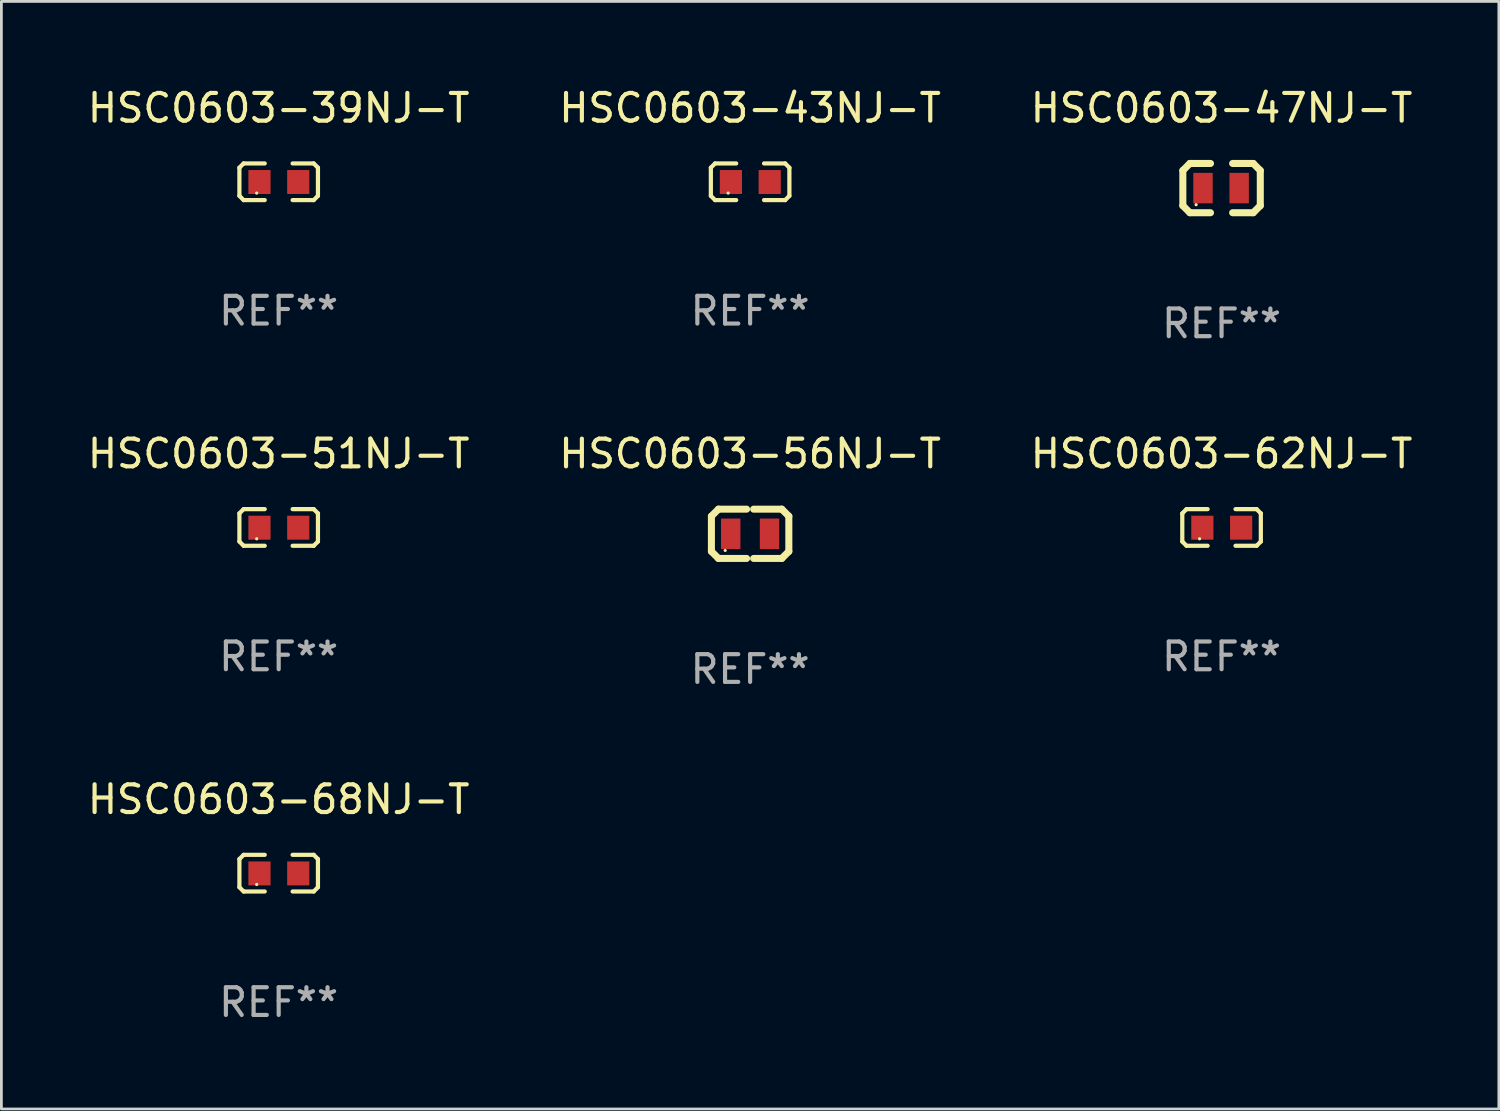
<source format=kicad_pcb>
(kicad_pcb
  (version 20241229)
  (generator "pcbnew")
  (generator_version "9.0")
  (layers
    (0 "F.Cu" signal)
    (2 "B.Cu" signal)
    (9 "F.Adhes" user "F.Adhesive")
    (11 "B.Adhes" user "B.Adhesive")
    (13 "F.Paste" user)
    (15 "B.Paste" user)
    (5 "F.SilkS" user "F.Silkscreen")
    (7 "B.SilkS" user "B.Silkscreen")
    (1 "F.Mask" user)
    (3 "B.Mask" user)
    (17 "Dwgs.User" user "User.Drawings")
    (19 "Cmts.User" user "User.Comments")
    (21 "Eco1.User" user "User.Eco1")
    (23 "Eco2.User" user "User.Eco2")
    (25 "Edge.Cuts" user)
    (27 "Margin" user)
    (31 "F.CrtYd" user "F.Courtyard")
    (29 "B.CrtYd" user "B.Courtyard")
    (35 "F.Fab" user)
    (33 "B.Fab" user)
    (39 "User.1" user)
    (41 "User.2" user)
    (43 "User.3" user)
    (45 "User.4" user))
  (footprint "HSC0603-43NJ-T"
    (layer "F.Cu")
    (at 24.018 3.509)
    (property "Reference" "HSC0603-43NJ-T" (at 0 -2.661 0) (layer "F.SilkS") (effects (font (size 1 1) (thickness 0.15))))
    (attr through_hole)
    (fp_line (start -1.417 -0.508) (end -1.265 -0.661) (stroke (width 0.152) (type solid)) (layer "F.SilkS"))
    (fp_line (start -1.417 0.508) (end -1.417 -0.508) (stroke (width 0.152) (type solid)) (layer "F.SilkS"))
    (fp_line (start -1.265 -0.661) (end -0.503 -0.661) (stroke (width 0.152) (type solid)) (layer "F.SilkS"))
    (fp_line (start -1.265 0.661) (end -1.417 0.508) (stroke (width 0.152) (type solid)) (layer "F.SilkS"))
    (fp_line (start -1.265 0.661) (end -0.503 0.661) (stroke (width 0.152) (type solid)) (layer "F.SilkS"))
    (fp_line (start 1.265 -0.661) (end 0.503 -0.661) (stroke (width 0.152) (type solid)) (layer "F.SilkS"))
    (fp_line (start 1.265 -0.661) (end 1.417 -0.508) (stroke (width 0.152) (type solid)) (layer "F.SilkS"))
    (fp_line (start 1.265 0.661) (end 0.503 0.661) (stroke (width 0.152) (type solid)) (layer "F.SilkS"))
    (fp_line (start 1.417 -0.508) (end 1.417 0.508) (stroke (width 0.152) (type solid)) (layer "F.SilkS"))
    (fp_line (start 1.417 0.508) (end 1.265 0.661) (stroke (width 0.152) (type solid)) (layer "F.SilkS"))
    (fp_circle (center -0.793 0.409) (end -0.763 0.409) (stroke (width 0.06) (type solid)) (fill no) (layer "F.SilkS"))
    (fp_text user "REF**" (at 0 4.661 0) (layer "F.Fab") (effects (font (size 1 1) (thickness 0.15))))
    (pad "1" smd rect (at -0.693 0.009 180) (size 0.8 0.864) (layers "F.Cu" "F.Mask" "F.Paste"))
    (pad "2" smd rect (at 0.707 0.009 180) (size 0.8 0.864) (layers "F.Cu" "F.Mask" "F.Paste")))
  (footprint "HSC0603-47NJ-T"
    (layer "F.Cu")
    (at 41.03 3.737)
    (property "Reference" "HSC0603-47NJ-T" (at 0 -2.889 0) (layer "F.SilkS") (effects (font (size 1 1) (thickness 0.15))))
    (attr through_hole)
    (fp_line (start -1.397 -0.635) (end -1.397 0.635) (stroke (width 0.254) (type solid)) (layer "F.SilkS"))
    (fp_line (start -1.397 0.635) (end -1.143 0.889) (stroke (width 0.254) (type solid)) (layer "F.SilkS"))
    (fp_line (start -1.143 -0.889) (end -1.397 -0.635) (stroke (width 0.254) (type solid)) (layer "F.SilkS"))
    (fp_line (start -1.143 -0.889) (end -0.399 -0.889) (stroke (width 0.254) (type solid)) (layer "F.SilkS"))
    (fp_line (start -1.143 0.889) (end -0.399 0.889) (stroke (width 0.254) (type solid)) (layer "F.SilkS"))
    (fp_line (start 1.143 -0.889) (end 0.399 -0.889) (stroke (width 0.254) (type solid)) (layer "F.SilkS"))
    (fp_line (start 1.143 0.889) (end 0.399 0.889) (stroke (width 0.254) (type solid)) (layer "F.SilkS"))
    (fp_line (start 1.143 0.889) (end 1.397 0.635) (stroke (width 0.254) (type solid)) (layer "F.SilkS"))
    (fp_line (start 1.397 -0.635) (end 1.143 -0.889) (stroke (width 0.254) (type solid)) (layer "F.SilkS"))
    (fp_line (start 1.397 0.635) (end 1.397 -0.635) (stroke (width 0.254) (type solid)) (layer "F.SilkS"))
    (fp_circle (center -0.918 0.6) (end -0.888 0.6) (stroke (width 0.06) (type solid)) (fill no) (layer "F.SilkS"))
    (fp_text user "REF**" (at 0 4.889 0) (layer "F.Fab") (effects (font (size 1 1) (thickness 0.15))))
    (pad "1" smd rect (at -0.67 0) (size 0.7 1.1) (layers "F.Cu" "F.Mask" "F.Paste"))
    (pad "2" smd rect (at 0.635 0) (size 0.7 1.1) (layers "F.Cu" "F.Mask" "F.Paste")))
  (footprint "HSC0603-62NJ-T"
    (layer "F.Cu")
    (at 41.03 15.983)
    (property "Reference" "HSC0603-62NJ-T" (at 0 -2.661 0) (layer "F.SilkS") (effects (font (size 1 1) (thickness 0.15))))
    (attr through_hole)
    (fp_line (start -1.417 -0.508) (end -1.265 -0.661) (stroke (width 0.152) (type solid)) (layer "F.SilkS"))
    (fp_line (start -1.417 0.508) (end -1.417 -0.508) (stroke (width 0.152) (type solid)) (layer "F.SilkS"))
    (fp_line (start -1.265 -0.661) (end -0.503 -0.661) (stroke (width 0.152) (type solid)) (layer "F.SilkS"))
    (fp_line (start -1.265 0.661) (end -1.417 0.508) (stroke (width 0.152) (type solid)) (layer "F.SilkS"))
    (fp_line (start -1.265 0.661) (end -0.503 0.661) (stroke (width 0.152) (type solid)) (layer "F.SilkS"))
    (fp_line (start 1.265 -0.661) (end 0.503 -0.661) (stroke (width 0.152) (type solid)) (layer "F.SilkS"))
    (fp_line (start 1.265 -0.661) (end 1.417 -0.508) (stroke (width 0.152) (type solid)) (layer "F.SilkS"))
    (fp_line (start 1.265 0.661) (end 0.503 0.661) (stroke (width 0.152) (type solid)) (layer "F.SilkS"))
    (fp_line (start 1.417 -0.508) (end 1.417 0.508) (stroke (width 0.152) (type solid)) (layer "F.SilkS"))
    (fp_line (start 1.417 0.508) (end 1.265 0.661) (stroke (width 0.152) (type solid)) (layer "F.SilkS"))
    (fp_circle (center -0.793 0.409) (end -0.763 0.409) (stroke (width 0.06) (type solid)) (fill no) (layer "F.SilkS"))
    (fp_text user "REF**" (at 0 4.661 0) (layer "F.Fab") (effects (font (size 1 1) (thickness 0.15))))
    (pad "1" smd rect (at -0.693 0.009 180) (size 0.8 0.864) (layers "F.Cu" "F.Mask" "F.Paste"))
    (pad "2" smd rect (at 0.707 0.009 180) (size 0.8 0.864) (layers "F.Cu" "F.Mask" "F.Paste")))
  (footprint "HSC0603-51NJ-T"
    (layer "F.Cu")
    (at 7.006 15.983)
    (property "Reference" "HSC0603-51NJ-T" (at 0 -2.661 0) (layer "F.SilkS") (effects (font (size 1 1) (thickness 0.15))))
    (attr through_hole)
    (fp_line (start -1.417 -0.508) (end -1.265 -0.661) (stroke (width 0.152) (type solid)) (layer "F.SilkS"))
    (fp_line (start -1.417 0.508) (end -1.417 -0.508) (stroke (width 0.152) (type solid)) (layer "F.SilkS"))
    (fp_line (start -1.265 -0.661) (end -0.503 -0.661) (stroke (width 0.152) (type solid)) (layer "F.SilkS"))
    (fp_line (start -1.265 0.661) (end -1.417 0.508) (stroke (width 0.152) (type solid)) (layer "F.SilkS"))
    (fp_line (start -1.265 0.661) (end -0.503 0.661) (stroke (width 0.152) (type solid)) (layer "F.SilkS"))
    (fp_line (start 1.265 -0.661) (end 0.503 -0.661) (stroke (width 0.152) (type solid)) (layer "F.SilkS"))
    (fp_line (start 1.265 -0.661) (end 1.417 -0.508) (stroke (width 0.152) (type solid)) (layer "F.SilkS"))
    (fp_line (start 1.265 0.661) (end 0.503 0.661) (stroke (width 0.152) (type solid)) (layer "F.SilkS"))
    (fp_line (start 1.417 -0.508) (end 1.417 0.508) (stroke (width 0.152) (type solid)) (layer "F.SilkS"))
    (fp_line (start 1.417 0.508) (end 1.265 0.661) (stroke (width 0.152) (type solid)) (layer "F.SilkS"))
    (fp_circle (center -0.793 0.409) (end -0.763 0.409) (stroke (width 0.06) (type solid)) (fill no) (layer "F.SilkS"))
    (fp_text user "REF**" (at 0 4.661 0) (layer "F.Fab") (effects (font (size 1 1) (thickness 0.15))))
    (pad "1" smd rect (at -0.693 0.009 180) (size 0.8 0.864) (layers "F.Cu" "F.Mask" "F.Paste"))
    (pad "2" smd rect (at 0.707 0.009 180) (size 0.8 0.864) (layers "F.Cu" "F.Mask" "F.Paste")))
  (footprint "HSC0603-68NJ-T"
    (layer "F.Cu")
    (at 7.006 28.458)
    (property "Reference" "HSC0603-68NJ-T" (at 0 -2.661 0) (layer "F.SilkS") (effects (font (size 1 1) (thickness 0.15))))
    (attr through_hole)
    (fp_line (start -1.417 -0.508) (end -1.265 -0.661) (stroke (width 0.152) (type solid)) (layer "F.SilkS"))
    (fp_line (start -1.417 0.508) (end -1.417 -0.508) (stroke (width 0.152) (type solid)) (layer "F.SilkS"))
    (fp_line (start -1.265 -0.661) (end -0.503 -0.661) (stroke (width 0.152) (type solid)) (layer "F.SilkS"))
    (fp_line (start -1.265 0.661) (end -1.417 0.508) (stroke (width 0.152) (type solid)) (layer "F.SilkS"))
    (fp_line (start -1.265 0.661) (end -0.503 0.661) (stroke (width 0.152) (type solid)) (layer "F.SilkS"))
    (fp_line (start 1.265 -0.661) (end 0.503 -0.661) (stroke (width 0.152) (type solid)) (layer "F.SilkS"))
    (fp_line (start 1.265 -0.661) (end 1.417 -0.508) (stroke (width 0.152) (type solid)) (layer "F.SilkS"))
    (fp_line (start 1.265 0.661) (end 0.503 0.661) (stroke (width 0.152) (type solid)) (layer "F.SilkS"))
    (fp_line (start 1.417 -0.508) (end 1.417 0.508) (stroke (width 0.152) (type solid)) (layer "F.SilkS"))
    (fp_line (start 1.417 0.508) (end 1.265 0.661) (stroke (width 0.152) (type solid)) (layer "F.SilkS"))
    (fp_circle (center -0.793 0.409) (end -0.763 0.409) (stroke (width 0.06) (type solid)) (fill no) (layer "F.SilkS"))
    (fp_text user "REF**" (at 0 4.661 0) (layer "F.Fab") (effects (font (size 1 1) (thickness 0.15))))
    (pad "1" smd rect (at -0.693 0.009 180) (size 0.8 0.864) (layers "F.Cu" "F.Mask" "F.Paste"))
    (pad "2" smd rect (at 0.707 0.009 180) (size 0.8 0.864) (layers "F.Cu" "F.Mask" "F.Paste")))
  (footprint "HSC0603-39NJ-T"
    (layer "F.Cu")
    (at 7.006 3.509)
    (property "Reference" "HSC0603-39NJ-T" (at 0 -2.661 0) (layer "F.SilkS") (effects (font (size 1 1) (thickness 0.15))))
    (attr through_hole)
    (fp_line (start -1.417 -0.508) (end -1.265 -0.661) (stroke (width 0.152) (type solid)) (layer "F.SilkS"))
    (fp_line (start -1.417 0.508) (end -1.417 -0.508) (stroke (width 0.152) (type solid)) (layer "F.SilkS"))
    (fp_line (start -1.265 -0.661) (end -0.503 -0.661) (stroke (width 0.152) (type solid)) (layer "F.SilkS"))
    (fp_line (start -1.265 0.661) (end -1.417 0.508) (stroke (width 0.152) (type solid)) (layer "F.SilkS"))
    (fp_line (start -1.265 0.661) (end -0.503 0.661) (stroke (width 0.152) (type solid)) (layer "F.SilkS"))
    (fp_line (start 1.265 -0.661) (end 0.503 -0.661) (stroke (width 0.152) (type solid)) (layer "F.SilkS"))
    (fp_line (start 1.265 -0.661) (end 1.417 -0.508) (stroke (width 0.152) (type solid)) (layer "F.SilkS"))
    (fp_line (start 1.265 0.661) (end 0.503 0.661) (stroke (width 0.152) (type solid)) (layer "F.SilkS"))
    (fp_line (start 1.417 -0.508) (end 1.417 0.508) (stroke (width 0.152) (type solid)) (layer "F.SilkS"))
    (fp_line (start 1.417 0.508) (end 1.265 0.661) (stroke (width 0.152) (type solid)) (layer "F.SilkS"))
    (fp_circle (center -0.793 0.409) (end -0.763 0.409) (stroke (width 0.06) (type solid)) (fill no) (layer "F.SilkS"))
    (fp_text user "REF**" (at 0 4.661 0) (layer "F.Fab") (effects (font (size 1 1) (thickness 0.15))))
    (pad "1" smd rect (at -0.693 0.009 180) (size 0.8 0.864) (layers "F.Cu" "F.Mask" "F.Paste"))
    (pad "2" smd rect (at 0.707 0.009 180) (size 0.8 0.864) (layers "F.Cu" "F.Mask" "F.Paste")))
  (footprint "HSC0603-56NJ-T"
    (layer "F.Cu")
    (at 24.018 16.212)
    (property "Reference" "HSC0603-56NJ-T" (at 0 -2.889 0) (layer "F.SilkS") (effects (font (size 1 1) (thickness 0.15))))
    (attr through_hole)
    (fp_line (start -1.397 -0.635) (end -1.397 0.635) (stroke (width 0.254) (type solid)) (layer "F.SilkS"))
    (fp_line (start -1.397 0.635) (end -1.143 0.889) (stroke (width 0.254) (type solid)) (layer "F.SilkS"))
    (fp_line (start -1.143 -0.889) (end -1.397 -0.635) (stroke (width 0.254) (type solid)) (layer "F.SilkS"))
    (fp_line (start -1.143 0.889) (end -0.127 0.889) (stroke (width 0.254) (type solid)) (layer "F.SilkS"))
    (fp_line (start -0.127 -0.889) (end -1.143 -0.889) (stroke (width 0.254) (type solid)) (layer "F.SilkS"))
    (fp_line (start 0.127 0.889) (end 1.143 0.889) (stroke (width 0.254) (type solid)) (layer "F.SilkS"))
    (fp_line (start 1.143 -0.889) (end 0.127 -0.889) (stroke (width 0.254) (type solid)) (layer "F.SilkS"))
    (fp_line (start 1.143 0.889) (end 1.397 0.635) (stroke (width 0.254) (type solid)) (layer "F.SilkS"))
    (fp_line (start 1.397 -0.635) (end 1.143 -0.889) (stroke (width 0.254) (type solid)) (layer "F.SilkS"))
    (fp_line (start 1.397 0.635) (end 1.397 -0.635) (stroke (width 0.254) (type solid)) (layer "F.SilkS"))
    (fp_circle (center -0.9 0.6) (end -0.87 0.6) (stroke (width 0.06) (type solid)) (fill no) (layer "F.SilkS"))
    (fp_text user "REF**" (at 0 4.889 0) (layer "F.Fab") (effects (font (size 1 1) (thickness 0.15))))
    (pad "1" smd rect (at -0.7 0) (size 0.7 1.1) (layers "F.Cu" "F.Mask" "F.Paste"))
    (pad "2" smd rect (at 0.7 0) (size 0.7 1.1) (layers "F.Cu" "F.Mask" "F.Paste")))
  (gr_rect
    (start -3 -3)
    (end 51.036 36.967)
    (stroke (width 0.1) (type default))
    (fill no)
    (layer "Edge.Cuts")))
</source>
